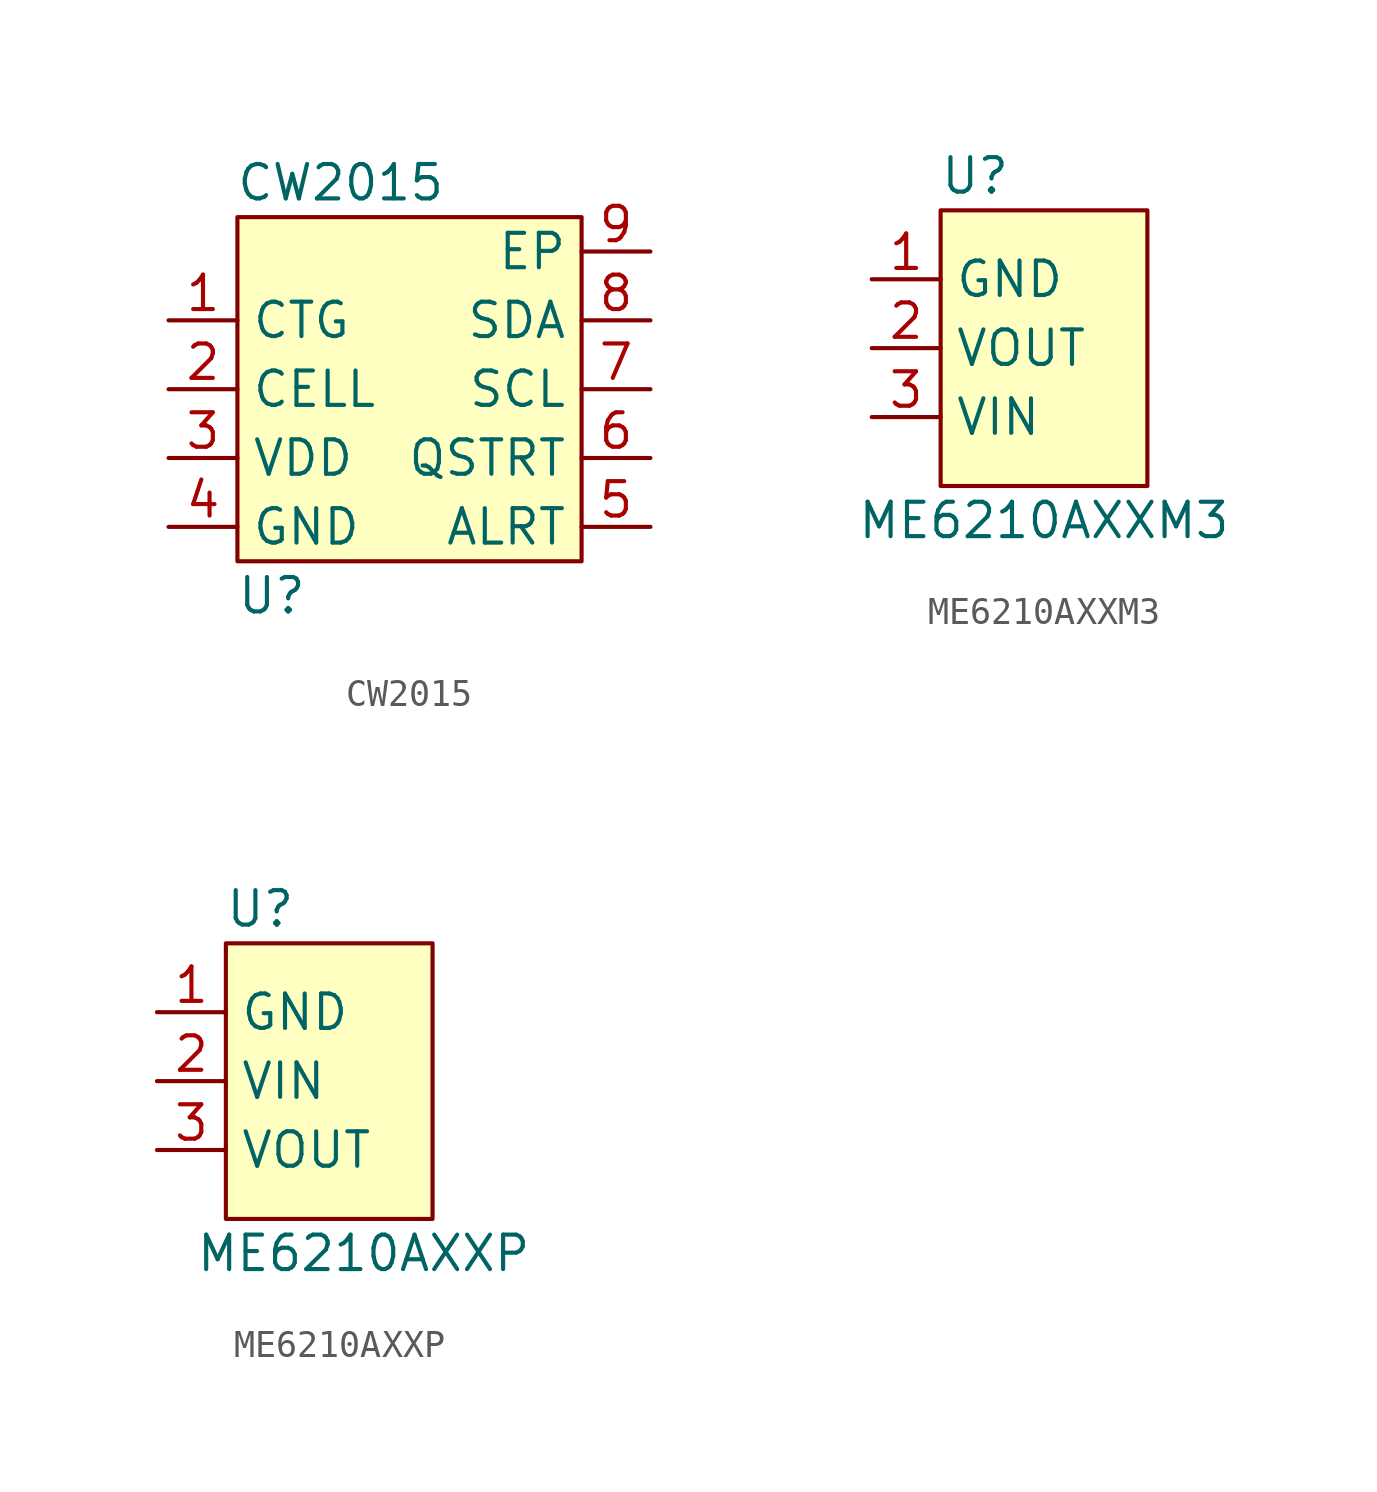
<source format=kicad_sym>
(kicad_symbol_lib
  (version 20211014)
  (generator kicad_symbol_editor)
  (symbol "CW2015"
    (property "Reference" "U"
      (at -2.54 -7.62 0)
      (effects (font (size 1.27 1.27))))
    (property "Value" "CW2015"
      (at 0 7.62 0)
      (effects (font (size 1.27 1.27))))
    (symbol "CW2015_0_1"
      (rectangle (start -3.81 6.35) (end 8.89 -6.35) (stroke (width 0) (type default) (color 0 0 0 0)) (fill (type background))))
    (symbol "CW2015_1_1"
      (pin bidirectional line (at -6.35 2.54 0) (length 2.54) (name "CTG" (effects (font (size 1.27 1.27)))) (number "1" (effects (font (size 1.27 1.27)))))
      (pin bidirectional line (at -6.35 0 0) (length 2.54) (name "CELL" (effects (font (size 1.27 1.27)))) (number "2" (effects (font (size 1.27 1.27)))))
      (pin bidirectional line (at -6.35 -2.54 0) (length 2.54) (name "VDD" (effects (font (size 1.27 1.27)))) (number "3" (effects (font (size 1.27 1.27)))))
      (pin bidirectional line (at -6.35 -5.08 0) (length 2.54) (name "GND" (effects (font (size 1.27 1.27)))) (number "4" (effects (font (size 1.27 1.27)))))
      (pin bidirectional line (at 11.43 -5.08 180) (length 2.54) (name "ALRT" (effects (font (size 1.27 1.27)))) (number "5" (effects (font (size 1.27 1.27)))))
      (pin bidirectional line (at 11.43 -2.54 180) (length 2.54) (name "QSTRT" (effects (font (size 1.27 1.27)))) (number "6" (effects (font (size 1.27 1.27)))))
      (pin bidirectional line (at 11.43 0 180) (length 2.54) (name "SCL" (effects (font (size 1.27 1.27)))) (number "7" (effects (font (size 1.27 1.27)))))
      (pin bidirectional line (at 11.43 2.54 180) (length 2.54) (name "SDA" (effects (font (size 1.27 1.27)))) (number "8" (effects (font (size 1.27 1.27)))))
      (pin bidirectional line (at 11.43 5.08 180) (length 2.54) (name "EP" (effects (font (size 1.27 1.27)))) (number "9" (effects (font (size 1.27 1.27)))))))
  (symbol "ME6210AXXM3"
    (property "Reference" "U"
      (at -2.54 6.35 0)
      (effects (font (size 1.27 1.27))))
    (property "Value" "ME6210AXXM3"
      (at 0 -6.35 0)
      (effects (font (size 1.27 1.27))))
    (symbol "ME6210AXXM3_0_1"
      (rectangle (start -3.81 5.08) (end 3.81 -5.08) (stroke (width 0) (type default) (color 0 0 0 0)) (fill (type background))))
    (symbol "ME6210AXXM3_1_1"
      (pin power_in line (at -6.35 2.54 0) (length 2.54) (name "GND" (effects (font (size 1.27 1.27)))) (number "1" (effects (font (size 1.27 1.27)))))
      (pin power_out line (at -6.35 0 0) (length 2.54) (name "VOUT" (effects (font (size 1.27 1.27)))) (number "2" (effects (font (size 1.27 1.27)))))
      (pin power_in line (at -6.35 -2.54 0) (length 2.54) (name "VIN" (effects (font (size 1.27 1.27)))) (number "3" (effects (font (size 1.27 1.27)))))))
  (symbol "ME6210AXXP"
    (property "Reference" "U"
      (at -2.54 6.35 0)
      (effects (font (size 1.27 1.27))))
    (property "Value" "ME6210AXXP"
      (at 1.27 -6.35 0)
      (effects (font (size 1.27 1.27))))
    (symbol "ME6210AXXP_0_1"
      (rectangle (start -3.81 5.08) (end 3.81 -5.08) (stroke (width 0) (type default) (color 0 0 0 0)) (fill (type background))))
    (symbol "ME6210AXXP_1_1"
      (pin power_in line (at -6.35 2.54 0) (length 2.54) (name "GND" (effects (font (size 1.27 1.27)))) (number "1" (effects (font (size 1.27 1.27)))))
      (pin power_in line (at -6.35 0 0) (length 2.54) (name "VIN" (effects (font (size 1.27 1.27)))) (number "2" (effects (font (size 1.27 1.27)))))
      (pin power_out line (at -6.35 -2.54 0) (length 2.54) (name "VOUT" (effects (font (size 1.27 1.27)))) (number "3" (effects (font (size 1.27 1.27))))))))
</source>
